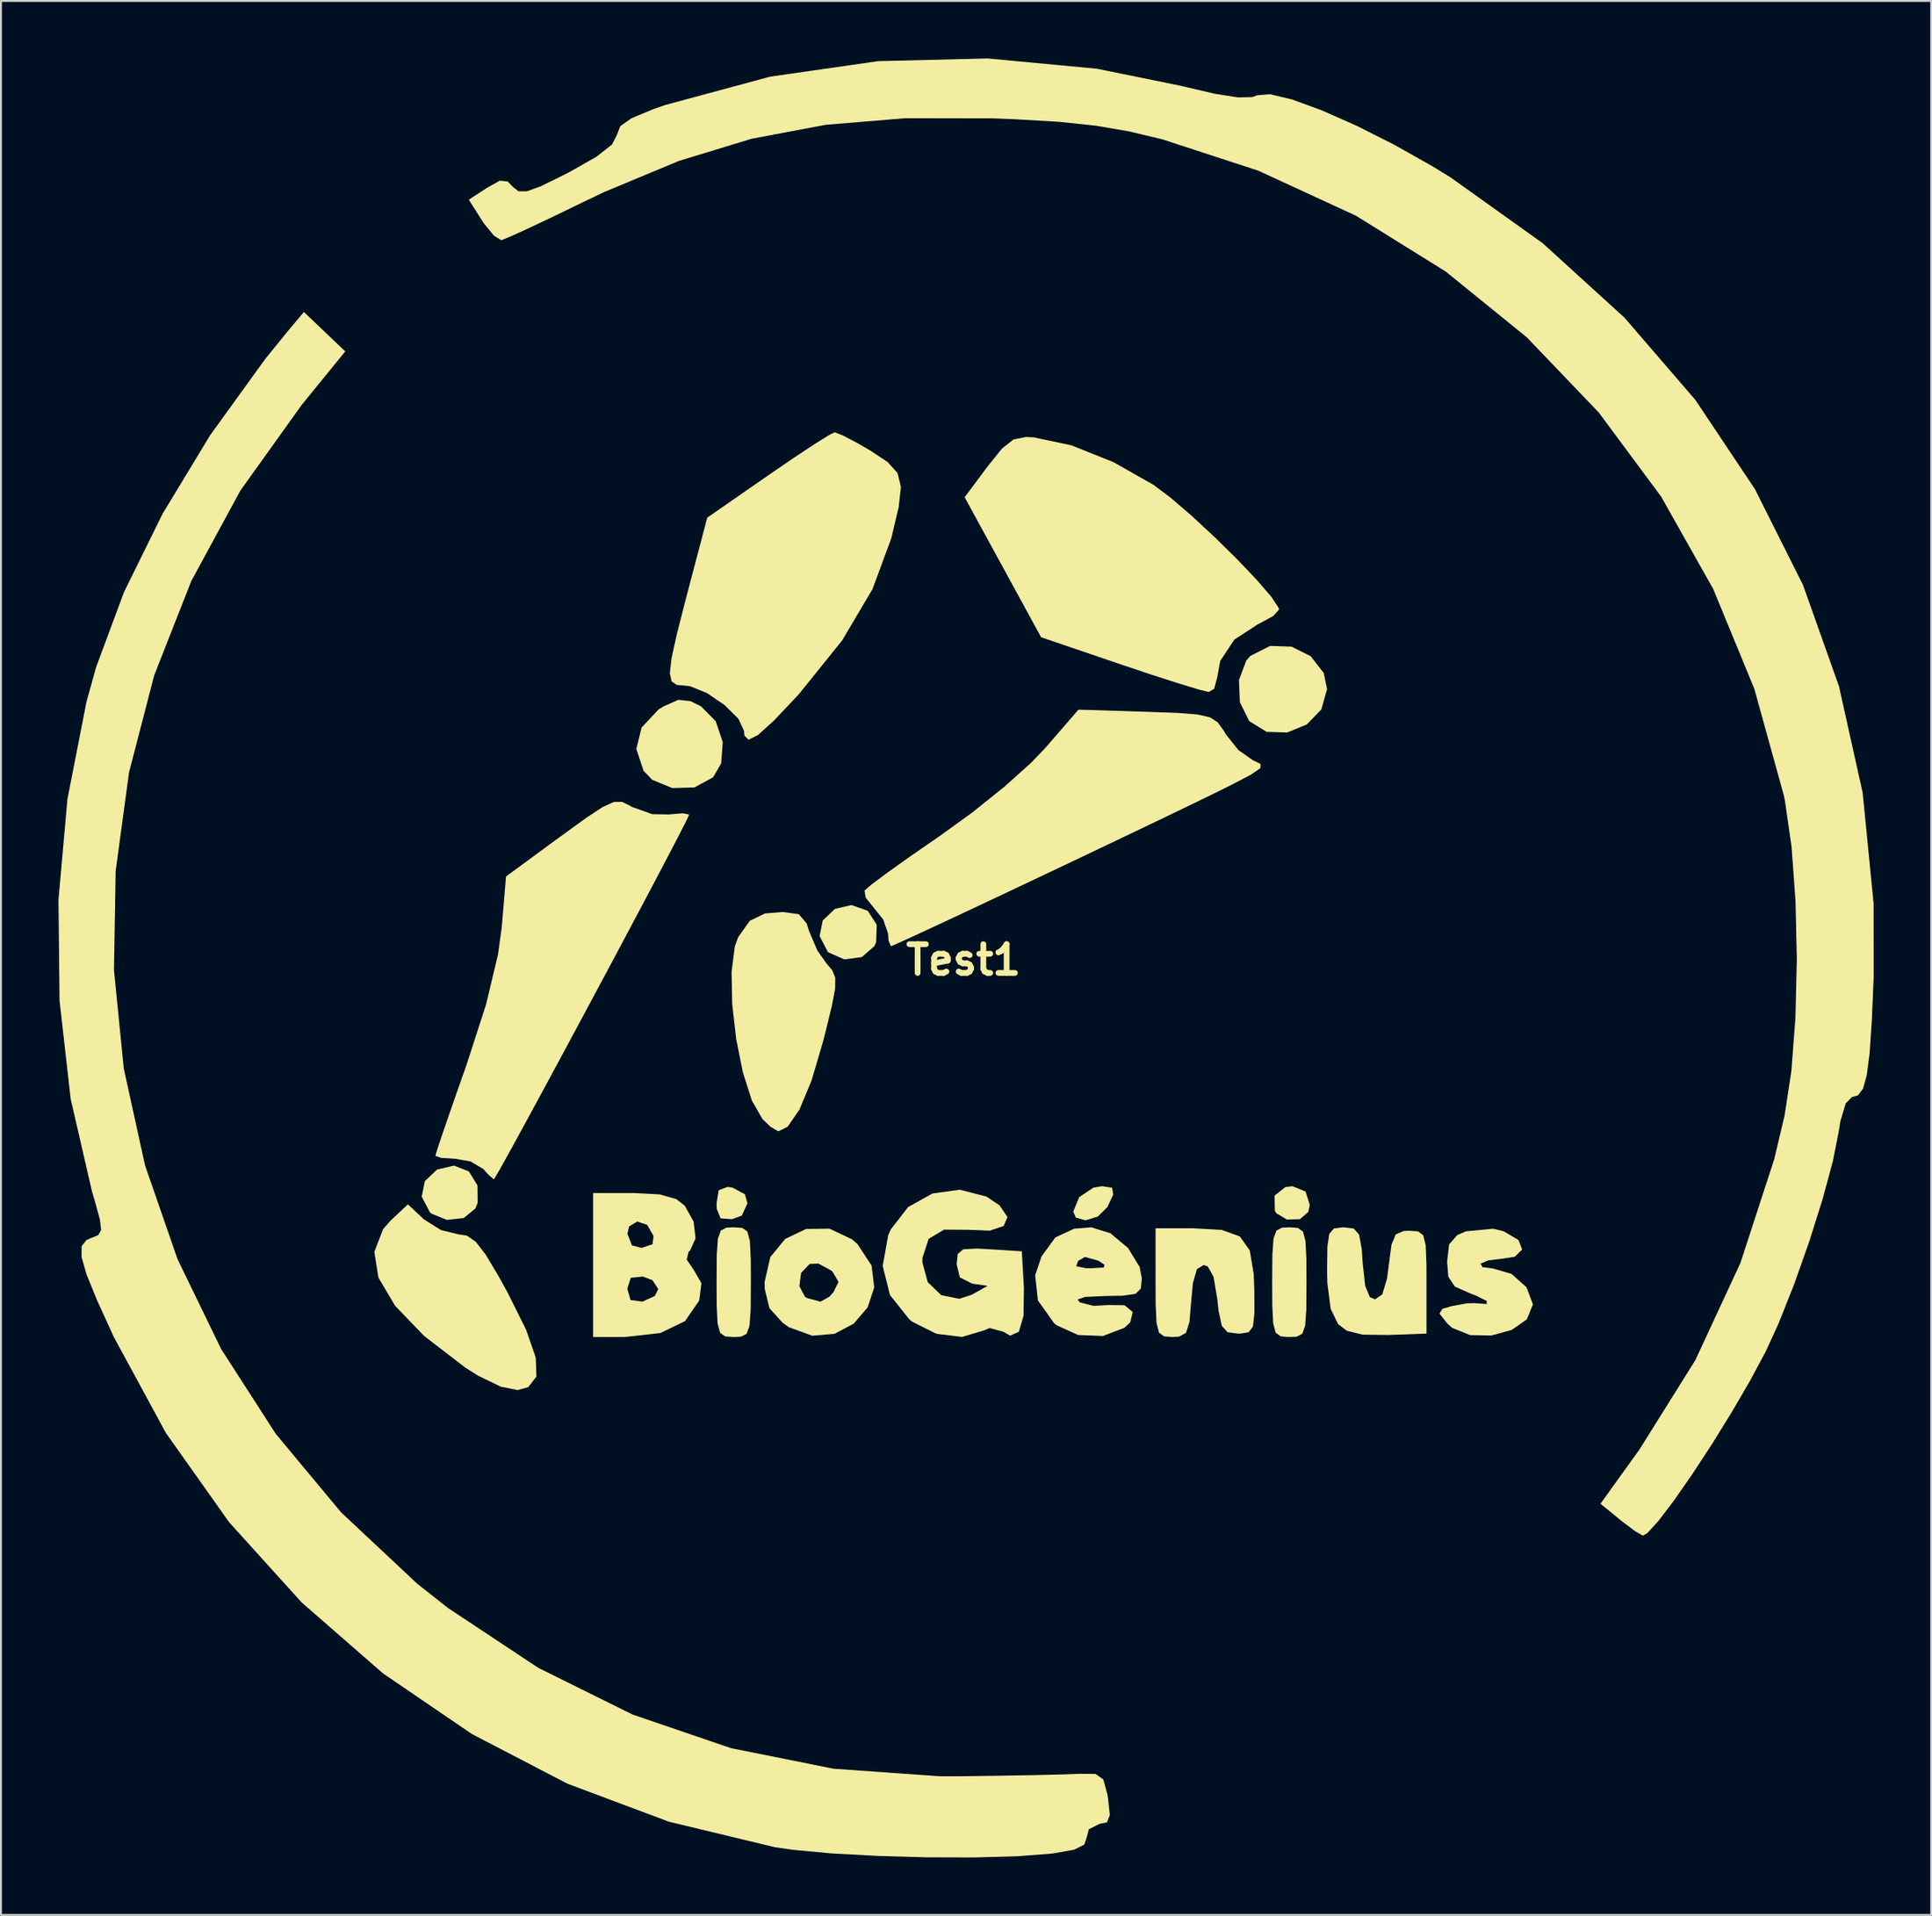
<source format=kicad_pcb>
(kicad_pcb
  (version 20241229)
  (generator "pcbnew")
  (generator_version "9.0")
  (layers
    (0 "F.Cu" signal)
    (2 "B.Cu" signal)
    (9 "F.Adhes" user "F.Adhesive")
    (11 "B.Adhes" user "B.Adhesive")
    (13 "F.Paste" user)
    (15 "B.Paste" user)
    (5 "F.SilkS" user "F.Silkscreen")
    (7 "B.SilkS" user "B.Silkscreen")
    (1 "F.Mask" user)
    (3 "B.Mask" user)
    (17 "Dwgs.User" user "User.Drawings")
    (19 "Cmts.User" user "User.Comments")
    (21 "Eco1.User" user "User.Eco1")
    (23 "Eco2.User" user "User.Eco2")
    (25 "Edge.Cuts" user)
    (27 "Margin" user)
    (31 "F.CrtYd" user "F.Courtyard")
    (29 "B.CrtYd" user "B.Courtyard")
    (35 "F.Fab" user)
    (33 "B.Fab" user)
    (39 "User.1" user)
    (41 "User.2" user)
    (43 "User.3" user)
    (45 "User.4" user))
  (footprint "Test1"
    (layer "F.Cu")
    (at 47.201 47.035)
    (property "Reference" "Test1" (at 0 0 0) (layer "F.SilkS") (effects (font (size 1.5 1.5) (thickness 0.3))))
    (attr board_only exclude_from_pos_files exclude_from_bom)
    (fp_poly (pts (xy -12.074 11.87) (xy -11.401 12.226) (xy -11.269 12.7) (xy -11.561 13.34) (xy -12.074 13.53) (xy -12.67 13.485) (xy -12.87 12.986) (xy -12.879 12.7) (xy -12.769 12.016) (xy -12.319 11.846)) (stroke (width 0) (type solid)) (fill yes) (layer "F.SilkS"))
    (fp_poly (pts (xy 7.756 11.889) (xy 7.805 12.25) (xy 7.5 12.902) (xy 7.001 13.393) (xy 6.361 13.586) (xy 5.854 13.444) (xy 5.724 13.129) (xy 6.034 12.378) (xy 6.776 11.881) (xy 7.226 11.806)) (stroke (width 0) (type solid)) (fill yes) (layer "F.SilkS"))
    (fp_poly (pts (xy 17.84 12.086) (xy 18.06 12.786) (xy 17.984 13.147) (xy 17.543 13.528) (xy 16.863 13.546) (xy 16.311 13.215) (xy 16.235 13.075) (xy 16.223 12.298) (xy 16.785 11.853) (xy 17.155 11.806)) (stroke (width 0) (type solid)) (fill yes) (layer "F.SilkS"))
    (fp_poly (pts (xy -25.8 11.035) (xy -25.347 11.769) (xy -25.338 12.675) (xy -25.455 12.968) (xy -26.065 13.467) (xy -26.946 13.566) (xy -27.756 13.235) (xy -27.833 13.165) (xy -28.256 12.351) (xy -28.094 11.541) (xy -27.453 10.936) (xy -26.569 10.732)) (stroke (width 0) (type solid)) (fill yes) (layer "F.SilkS"))
    (fp_poly (pts (xy -4.999 -2.565) (xy -4.525 -1.837) (xy -4.557 -0.925) (xy -4.651 -0.715) (xy -5.305 -0.148) (xy -6.214 -0.027) (xy -7.043 -0.391) (xy -7.083 -0.429) (xy -7.504 -1.243) (xy -7.343 -2.056) (xy -6.705 -2.662) (xy -5.844 -2.862)) (stroke (width 0) (type solid)) (fill yes) (layer "F.SilkS"))
    (fp_poly (pts (xy 17.105 -16.346) (xy 18.106 -15.846) (xy 18.786 -14.972) (xy 18.961 -14.131) (xy 18.66 -13.065) (xy 17.897 -12.281) (xy 16.877 -11.865) (xy 15.806 -11.902) (xy 14.902 -12.46) (xy 14.414 -13.442) (xy 14.365 -14.603) (xy 14.748 -15.62) (xy 14.964 -15.864) (xy 15.989 -16.382)) (stroke (width 0) (type solid)) (fill yes) (layer "F.SilkS"))
    (fp_poly (pts (xy -14.234 -13.5) (xy -13.684 -13.225) (xy -12.921 -12.451) (xy -12.557 -11.367) (xy -12.638 -10.255) (xy -13.064 -9.525) (xy -14.034 -9) (xy -15.188 -8.966) (xy -16.232 -9.395) (xy -16.686 -9.866) (xy -17.064 -11.008) (xy -16.789 -12.126) (xy -15.908 -13.064) (xy -15.647 -13.226) (xy -14.87 -13.572)) (stroke (width 0) (type solid)) (fill yes) (layer "F.SilkS"))
    (fp_poly (pts (xy -11.541 13.983) (xy -11.275 14.171) (xy -11.142 14.665) (xy -11.096 15.608) (xy -11.09 16.814) (xy -11.1 18.234) (xy -11.159 19.083) (xy -11.313 19.51) (xy -11.608 19.659) (xy -11.985 19.676) (xy -12.428 19.646) (xy -12.694 19.457) (xy -12.827 18.964) (xy -12.873 18.02) (xy -12.879 16.814) (xy -12.869 15.395) (xy -12.81 14.545) (xy -12.656 14.118) (xy -12.361 13.969) (xy -11.985 13.952)) (stroke (width 0) (type solid)) (fill yes) (layer "F.SilkS"))
    (fp_poly (pts (xy 17.437 13.983) (xy 17.702 14.171) (xy 17.835 14.665) (xy 17.882 15.608) (xy 17.887 16.814) (xy 17.878 18.234) (xy 17.819 19.083) (xy 17.665 19.51) (xy 17.37 19.659) (xy 16.993 19.676) (xy 16.549 19.646) (xy 16.284 19.457) (xy 16.151 18.964) (xy 16.104 18.02) (xy 16.099 16.814) (xy 16.108 15.395) (xy 16.167 14.545) (xy 16.321 14.118) (xy 16.616 13.969) (xy 16.993 13.952)) (stroke (width 0) (type solid)) (fill yes) (layer "F.SilkS"))
    (fp_poly (pts (xy -28.149 13.532) (xy -27.256 14.095) (xy -26.379 14.31) (xy -25.892 14.389) (xy -25.44 14.705) (xy -24.924 15.372) (xy -24.247 16.505) (xy -23.784 17.343) (xy -22.812 19.297) (xy -22.31 20.75) (xy -22.274 21.737) (xy -22.701 22.293) (xy -23.254 22.443) (xy -24.128 22.27) (xy -25.327 21.688) (xy -25.996 21.263) (xy -28.135 19.617) (xy -29.646 18.045) (xy -30.515 16.575) (xy -30.728 15.232) (xy -30.271 14.045) (xy -29.872 13.594) (xy -28.977 12.754)) (stroke (width 0) (type solid)) (fill yes) (layer "F.SilkS"))
    (fp_poly (pts (xy -8.593 -2.386) (xy -8.181 -1.907) (xy -8.062 -1.52) (xy -7.625 -0.494) (xy -7.145 0.185) (xy -6.841 0.547) (xy -6.689 0.93) (xy -6.694 1.494) (xy -6.865 2.395) (xy -7.206 3.79) (xy -7.32 4.237) (xy -7.93 6.306) (xy -8.558 7.814) (xy -9.177 8.707) (xy -9.659 8.944) (xy -10.064 8.708) (xy -10.484 8.305) (xy -11.039 7.335) (xy -11.506 5.871) (xy -11.857 4.123) (xy -12.063 2.304) (xy -12.096 0.624) (xy -11.928 -0.705) (xy -11.752 -1.186) (xy -11.147 -2.041) (xy -10.351 -2.425) (xy -9.43 -2.499)) (stroke (width 0) (type solid)) (fill yes) (layer "F.SilkS"))
    (fp_poly (pts (xy 13.466 14.088) (xy 14.415 14.429) (xy 14.928 15.156) (xy 15.137 16.399) (xy 15.166 17.205) (xy 15.171 18.443) (xy 15.094 19.13) (xy 14.873 19.426) (xy 14.448 19.496) (xy 14.31 19.497) (xy 13.77 19.426) (xy 13.471 19.092) (xy 13.304 18.313) (xy 13.237 17.708) (xy 13.042 16.537) (xy 12.737 15.989) (xy 12.521 15.92) (xy 12.171 16.137) (xy 11.963 16.867) (xy 11.876 17.798) (xy 11.783 18.895) (xy 11.605 19.455) (xy 11.25 19.655) (xy 10.893 19.676) (xy 10.457 19.643) (xy 10.196 19.446) (xy 10.067 18.938) (xy 10.022 17.974) (xy 10.017 16.84) (xy 10.017 14.003) (xy 11.951 14.003)) (stroke (width 0) (type solid)) (fill yes) (layer "F.SilkS"))
    (fp_poly (pts (xy -5.811 14.58) (xy -5.529 14.83) (xy -4.795 15.947) (xy -4.656 17.086) (xy -5.003 18.135) (xy -5.73 18.981) (xy -6.728 19.51) (xy -7.889 19.609) (xy -9.106 19.164) (xy -9.432 18.935) (xy -10.119 18.175) (xy -10.365 17.177) (xy -10.369 17.024) (xy -8.561 17.024) (xy -8.266 17.579) (xy -8.139 17.65) (xy -7.459 17.833) (xy -6.992 17.571) (xy -6.782 17.333) (xy -6.517 16.799) (xy -6.828 16.274) (xy -6.89 16.211) (xy -7.568 15.844) (xy -8.022 15.86) (xy -8.471 16.33) (xy -8.561 17.024) (xy -10.369 17.024) (xy -10.375 16.814) (xy -10.076 15.505) (xy -9.297 14.556) (xy -8.211 14.038) (xy -6.991 14.022)) (stroke (width 0) (type solid)) (fill yes) (layer "F.SilkS"))
    (fp_poly (pts (xy 3.646 -27.267) (xy 5.622 -26.851) (xy 7.82 -25.972) (xy 9.899 -24.794) (xy 10.795 -24.121) (xy 11.905 -23.167) (xy 13.108 -22.05) (xy 14.284 -20.891) (xy 15.311 -19.81) (xy 16.07 -18.927) (xy 16.439 -18.361) (xy 16.456 -18.282) (xy 16.161 -17.949) (xy 15.442 -17.555) (xy 15.369 -17.524) (xy 14.127 -16.714) (xy 13.388 -15.597) (xy 13.237 -14.767) (xy 13.072 -14.146) (xy 12.789 -13.98) (xy 12.293 -14.102) (xy 11.269 -14.411) (xy 9.865 -14.863) (xy 8.232 -15.41) (xy 8.195 -15.422) (xy 4.047 -16.836) (xy 2.053 -20.488) (xy 0.059 -24.141) (xy 1.261 -25.754) (xy 2.017 -26.692) (xy 2.612 -27.157) (xy 3.26 -27.285)) (stroke (width 0) (type solid)) (fill yes) (layer "F.SilkS"))
    (fp_poly (pts (xy 20.352 14.017) (xy 20.63 14.329) (xy 20.766 15.067) (xy 20.82 15.83) (xy 20.95 17.01) (xy 21.192 17.593) (xy 21.465 17.708) (xy 21.842 17.45) (xy 22.09 16.616) (xy 22.18 15.92) (xy 22.322 14.855) (xy 22.543 14.323) (xy 22.95 14.145) (xy 23.254 14.131) (xy 23.708 14.164) (xy 23.975 14.365) (xy 24.104 14.884) (xy 24.145 15.872) (xy 24.148 16.814) (xy 24.148 19.497) (xy 22.132 19.571) (xy 20.813 19.552) (xy 19.991 19.349) (xy 19.538 19.006) (xy 19.149 18.206) (xy 18.975 16.853) (xy 18.961 16.16) (xy 18.979 14.949) (xy 19.078 14.288) (xy 19.322 14.011) (xy 19.779 13.952) (xy 19.836 13.952)) (stroke (width 0) (type solid)) (fill yes) (layer "F.SilkS"))
    (fp_poly (pts (xy 28.173 14.16) (xy 28.944 14.614) (xy 29.137 15.114) (xy 28.75 15.487) (xy 28.186 15.578) (xy 27.377 15.675) (xy 26.964 15.847) (xy 27.069 16.032) (xy 27.61 16.099) (xy 28.582 16.383) (xy 29.362 17.08) (xy 29.693 17.959) (xy 29.693 17.985) (xy 29.381 18.754) (xy 28.589 19.307) (xy 27.531 19.597) (xy 26.423 19.576) (xy 25.48 19.196) (xy 25.236 18.977) (xy 24.826 18.455) (xy 24.974 18.207) (xy 25.472 18.061) (xy 26.268 17.916) (xy 26.675 17.908) (xy 27.289 17.955) (xy 27.283 17.792) (xy 26.69 17.498) (xy 26.473 17.42) (xy 25.631 17.047) (xy 25.284 16.532) (xy 25.221 15.749) (xy 25.326 14.843) (xy 25.754 14.355) (xy 26.205 14.16) (xy 27.62 14.024)) (stroke (width 0) (type solid)) (fill yes) (layer "F.SilkS"))
    (fp_poly (pts (xy -6.297 -27.368) (xy -5.478 -26.936) (xy -4.844 -26.565) (xy -3.957 -25.977) (xy -3.444 -25.409) (xy -3.264 -24.689) (xy -3.378 -23.643) (xy -3.743 -22.096) (xy -3.771 -21.987) (xy -4.748 -19.343) (xy -6.332 -16.667) (xy -8.566 -13.891) (xy -8.707 -13.736) (xy -9.907 -12.469) (xy -10.723 -11.732) (xy -11.211 -11.489) (xy -11.426 -11.704) (xy -11.448 -11.953) (xy -11.741 -12.582) (xy -12.464 -13.299) (xy -13.384 -13.926) (xy -14.267 -14.282) (xy -14.516 -14.31) (xy -14.957 -14.348) (xy -15.225 -14.532) (xy -15.316 -14.965) (xy -15.226 -15.751) (xy -14.952 -16.994) (xy -14.492 -18.799) (xy -14.355 -19.318) (xy -13.366 -23.075) (xy -10.171 -25.294) (xy -8.851 -26.198) (xy -7.747 -26.927) (xy -6.99 -27.398) (xy -6.722 -27.53)) (stroke (width 0) (type solid)) (fill yes) (layer "F.SilkS"))
    (fp_poly (pts (xy 7.66 14.261) (xy 8.579 15.029) (xy 9.186 16.019) (xy 9.301 16.619) (xy 9.249 17.15) (xy 8.972 17.421) (xy 8.291 17.521) (xy 7.423 17.535) (xy 6.34 17.583) (xy 5.948 17.721) (xy 6.065 17.869) (xy 6.791 18.052) (xy 7.542 18.007) (xy 8.401 18.019) (xy 8.824 18.369) (xy 8.698 18.904) (xy 8.393 19.194) (xy 7.268 19.623) (xy 5.974 19.571) (xy 4.848 19.058) (xy 4.722 18.951) (xy 3.88 17.766) (xy 3.737 16.457) (xy 3.896 15.985) (xy 5.88 15.985) (xy 6.405 16.086) (xy 6.636 16.088) (xy 7.315 16.049) (xy 7.353 15.903) (xy 7.031 15.693) (xy 6.331 15.499) (xy 5.976 15.704) (xy 5.88 15.985) (xy 3.896 15.985) (xy 4.072 15.465) (xy 4.792 14.478) (xy 5.766 14.025) (xy 6.664 13.952)) (stroke (width 0) (type solid)) (fill yes) (layer "F.SilkS"))
    (fp_poly (pts (xy -17.407 -8.052) (xy -17.306 -7.987) (xy -16.238 -7.605) (xy -15.384 -7.589) (xy -14.634 -7.651) (xy -14.31 -7.584) (xy -14.31 -7.58) (xy -14.471 -7.231) (xy -14.92 -6.351) (xy -15.607 -5.035) (xy -16.481 -3.377) (xy -17.492 -1.471) (xy -18.59 0.589) (xy -19.724 2.709) (xy -20.844 4.795) (xy -21.899 6.751) (xy -22.839 8.485) (xy -23.614 9.903) (xy -24.172 10.909) (xy -24.465 11.409) (xy -24.495 11.448) (xy -24.775 11.212) (xy -25.042 10.911) (xy -25.71 10.514) (xy -26.517 10.375) (xy -27.252 10.328) (xy -27.546 10.219) (xy -27.433 9.843) (xy -27.123 8.922) (xy -26.66 7.583) (xy -26.089 5.955) (xy -25.926 5.495) (xy -24.902 2.329) (xy -24.279 -0.28) (xy -24.082 -1.714) (xy -23.859 -4.356) (xy -21.006 -6.449) (xy -19.694 -7.4) (xy -18.816 -7.979) (xy -18.234 -8.242) (xy -17.81 -8.247)) (stroke (width 0) (type solid)) (fill yes) (layer "F.SilkS"))
    (fp_poly (pts (xy 1.196 12.348) (xy 1.877 12.802) (xy 2.294 13.414) (xy 2.095 13.882) (xy 1.374 14.126) (xy 0.318 14.083) (xy -1.005 14.071) (xy -1.816 14.55) (xy -2.139 15.537) (xy -2.146 15.776) (xy -1.866 16.814) (xy -1.159 17.493) (xy -0.222 17.681) (xy 0.423 17.473) (xy 1.252 17.009) (xy 0.447 16.887) (xy -0.194 16.565) (xy -0.358 15.875) (xy -0.303 15.342) (xy -0.015 15.099) (xy 0.694 15.06) (xy 1.342 15.095) (xy 3.041 15.204) (xy 3.151 17.133) (xy 3.131 18.566) (xy 2.886 19.402) (xy 2.435 19.604) (xy 2.06 19.395) (xy 1.357 19.208) (xy 1.061 19.333) (xy -0.079 19.671) (xy -1.413 19.508) (xy -2.667 18.883) (xy -2.822 18.76) (xy -3.837 17.481) (xy -4.215 15.967) (xy -3.926 14.361) (xy -3.8 14.071) (xy -2.89 12.896) (xy -1.621 12.188) (xy -0.193 11.99)) (stroke (width 0) (type solid)) (fill yes) (layer "F.SilkS"))
    (fp_poly (pts (xy 9.532 -12.946) (xy 11.151 -12.888) (xy 12.208 -12.806) (xy 12.859 -12.656) (xy 13.257 -12.397) (xy 13.557 -11.983) (xy 13.677 -11.777) (xy 14.338 -10.948) (xy 15.087 -10.422) (xy 15.099 -10.418) (xy 15.492 -10.225) (xy 15.481 -10.004) (xy 14.983 -9.662) (xy 13.984 -9.139) (xy 13.061 -8.681) (xy 11.699 -8.019) (xy 10.001 -7.202) (xy 8.068 -6.277) (xy 5.999 -5.291) (xy 3.897 -4.294) (xy 1.861 -3.331) (xy -0.006 -2.452) (xy -1.605 -1.705) (xy -2.834 -1.136) (xy -3.592 -0.794) (xy -3.79 -0.715) (xy -3.911 -1.014) (xy -3.935 -1.376) (xy -4.186 -2.106) (xy -4.642 -2.675) (xy -5.103 -3.247) (xy -5.162 -3.619) (xy -4.809 -3.926) (xy -3.982 -4.544) (xy -2.8 -5.387) (xy -1.384 -6.366) (xy -1.248 -6.459) (xy 0.473 -7.704) (xy 2.127 -9.032) (xy 3.513 -10.275) (xy 4.237 -11.027) (xy 5.995 -13.058)) (stroke (width 0) (type solid)) (fill yes) (layer "F.SilkS"))
    (fp_poly (pts (xy -15.849 12.234) (xy -14.984 12.479) (xy -14.544 12.818) (xy -14.078 13.648) (xy -13.975 14.529) (xy -14.261 15.166) (xy -14.333 15.219) (xy -14.437 15.633) (xy -14.089 16.145) (xy -13.668 16.868) (xy -13.778 17.728) (xy -13.803 17.801) (xy -14.523 18.845) (xy -15.806 19.466) (xy -17.619 19.671) (xy -19.318 19.676) (xy -19.318 17.172) (xy -17.53 17.172) (xy -17.366 17.746) (xy -16.758 17.827) (xy -16.725 17.823) (xy -16.095 17.53) (xy -15.92 17.172) (xy -16.224 16.709) (xy -16.725 16.521) (xy -17.353 16.587) (xy -17.529 17.14) (xy -17.53 17.172) (xy -19.318 17.172) (xy -19.318 15.92) (xy -19.318 14.284) (xy -17.53 14.284) (xy -17.294 14.895) (xy -16.788 15.025) (xy -16.218 14.833) (xy -16.166 14.403) (xy -16.498 13.824) (xy -17.014 13.649) (xy -17.436 13.901) (xy -17.53 14.284) (xy -19.318 14.284) (xy -19.318 12.163) (xy -17.227 12.163)) (stroke (width 0) (type solid)) (fill yes) (layer "F.SilkS"))
    (fp_poly (pts (xy -33.323 -32.779) (xy -32.244 -31.75) (xy -34.512 -28.964) (xy -37.712 -24.492) (xy -40.276 -19.766) (xy -42.21 -14.842) (xy -43.522 -9.78) (xy -44.219 -4.635) (xy -44.307 0.534) (xy -43.795 5.669) (xy -42.688 10.714) (xy -40.994 15.609) (xy -38.719 20.299) (xy -35.872 24.724) (xy -32.458 28.828) (xy -28.485 32.553) (xy -26.877 33.821) (xy -22.172 36.94) (xy -17.255 39.376) (xy -12.123 41.129) (xy -6.771 42.202) (xy -1.195 42.596) (xy -0.179 42.595) (xy 1.757 42.568) (xy 3.539 42.537) (xy 4.993 42.503) (xy 5.944 42.472) (xy 6.072 42.465) (xy 6.893 42.474) (xy 7.293 42.763) (xy 7.501 43.529) (xy 7.536 43.735) (xy 7.631 44.618) (xy 7.48 45.001) (xy 7.099 45.076) (xy 6.537 45.358) (xy 6.439 45.742) (xy 6.299 46.16) (xy 5.773 46.426) (xy 4.704 46.615) (xy 4.561 46.633) (xy 2.799 46.769) (xy 0.562 46.83) (xy -1.938 46.823) (xy -4.488 46.75) (xy -6.877 46.619) (xy -8.891 46.432) (xy -9.838 46.296) (xy -15.372 44.963) (xy -20.656 42.982) (xy -25.64 40.39) (xy -30.277 37.226) (xy -34.515 33.528) (xy -38.305 29.335) (xy -41.597 24.684) (xy -44.318 19.668) (xy -45.182 17.775) (xy -45.734 16.419) (xy -45.997 15.504) (xy -45.993 14.936) (xy -45.743 14.616) (xy -45.502 14.511) (xy -45.131 14.36) (xy -44.977 14.099) (xy -45.038 13.557) (xy -45.31 12.562) (xy -45.458 12.062) (xy -46.565 7.255) (xy -47.145 2.131) (xy -47.201 -3.14) (xy -46.733 -8.393) (xy -45.742 -13.46) (xy -45.237 -15.278) (xy -43.784 -19.191) (xy -41.774 -23.275) (xy -39.288 -27.381) (xy -36.409 -31.366) (xy -35.3 -32.734) (xy -34.402 -33.807)) (stroke (width 0) (type solid)) (fill yes) (layer "F.SilkS"))
    (fp_poly (pts (xy 6.958 -46.498) (xy 11.285 -45.618) (xy 13.083 -45.197) (xy 14.309 -45.002) (xy 15.066 -45.02) (xy 15.321 -45.116) (xy 15.987 -45.169) (xy 17.146 -44.891) (xy 18.684 -44.328) (xy 20.49 -43.529) (xy 22.45 -42.541) (xy 24.45 -41.414) (xy 25.398 -40.833) (xy 30.207 -37.395) (xy 34.47 -33.513) (xy 38.167 -29.222) (xy 41.277 -24.561) (xy 43.782 -19.565) (xy 45.661 -14.273) (xy 46.895 -8.722) (xy 47.464 -2.948) (xy 47.469 0.894) (xy 47.371 3.197) (xy 47.256 4.875) (xy 47.108 6.019) (xy 46.912 6.719) (xy 46.649 7.068) (xy 46.336 7.155) (xy 46.01 7.49) (xy 45.736 8.403) (xy 45.643 8.972) (xy 45.339 10.507) (xy 44.805 12.483) (xy 44.11 14.688) (xy 43.324 16.915) (xy 42.516 18.953) (xy 41.841 20.426) (xy 41.029 21.943) (xy 40.067 23.595) (xy 39.031 25.27) (xy 37.995 26.853) (xy 37.036 28.231) (xy 36.23 29.29) (xy 35.653 29.917) (xy 35.433 30.038) (xy 35.054 29.824) (xy 34.372 29.315) (xy 34.229 29.2) (xy 33.221 28.374) (xy 35.253 25.546) (xy 38.168 20.883) (xy 40.521 15.809) (xy 42.283 10.395) (xy 42.822 8.118) (xy 43.176 5.806) (xy 43.388 3.021) (xy 43.461 -0.01) (xy 43.393 -3.061) (xy 43.186 -5.903) (xy 42.84 -8.308) (xy 42.783 -8.586) (xy 41.242 -14.151) (xy 39.099 -19.357) (xy 36.386 -24.17) (xy 33.136 -28.557) (xy 29.379 -32.484) (xy 25.146 -35.919) (xy 20.47 -38.828) (xy 15.381 -41.177) (xy 10.377 -42.812) (xy 8.64 -43.228) (xy 6.916 -43.525) (xy 4.989 -43.729) (xy 2.645 -43.866) (xy 1.559 -43.908) (xy -3.041 -43.916) (xy -7.182 -43.574) (xy -11.053 -42.845) (xy -14.839 -41.69) (xy -18.728 -40.071) (xy -19.855 -39.532) (xy -21.396 -38.785) (xy -22.708 -38.164) (xy -23.656 -37.732) (xy -24.104 -37.552) (xy -24.109 -37.551) (xy -24.492 -37.789) (xy -25.021 -38.44) (xy -25.114 -38.582) (xy -25.8 -39.666) (xy -24.871 -40.274) (xy -24.182 -40.659) (xy -23.773 -40.614) (xy -23.508 -40.341) (xy -23.214 -40.105) (xy -22.774 -40.102) (xy -22.04 -40.37) (xy -20.863 -40.947) (xy -20.57 -41.098) (xy -19.141 -41.908) (xy -18.328 -42.548) (xy -18.066 -43.069) (xy -18.066 -43.077) (xy -17.897 -43.506) (xy -17.311 -43.918) (xy -16.191 -44.385) (xy -15.562 -44.605) (xy -10.089 -46.084) (xy -4.448 -46.895) (xy 1.267 -47.035)) (stroke (width 0) (type solid)) (fill yes) (layer "F.SilkS")))
  (gr_rect
    (start -3 -3)
    (end 97.67 96.865)
    (stroke (width 0.1) (type default))
    (fill no)
    (layer "Edge.Cuts")))
</source>
